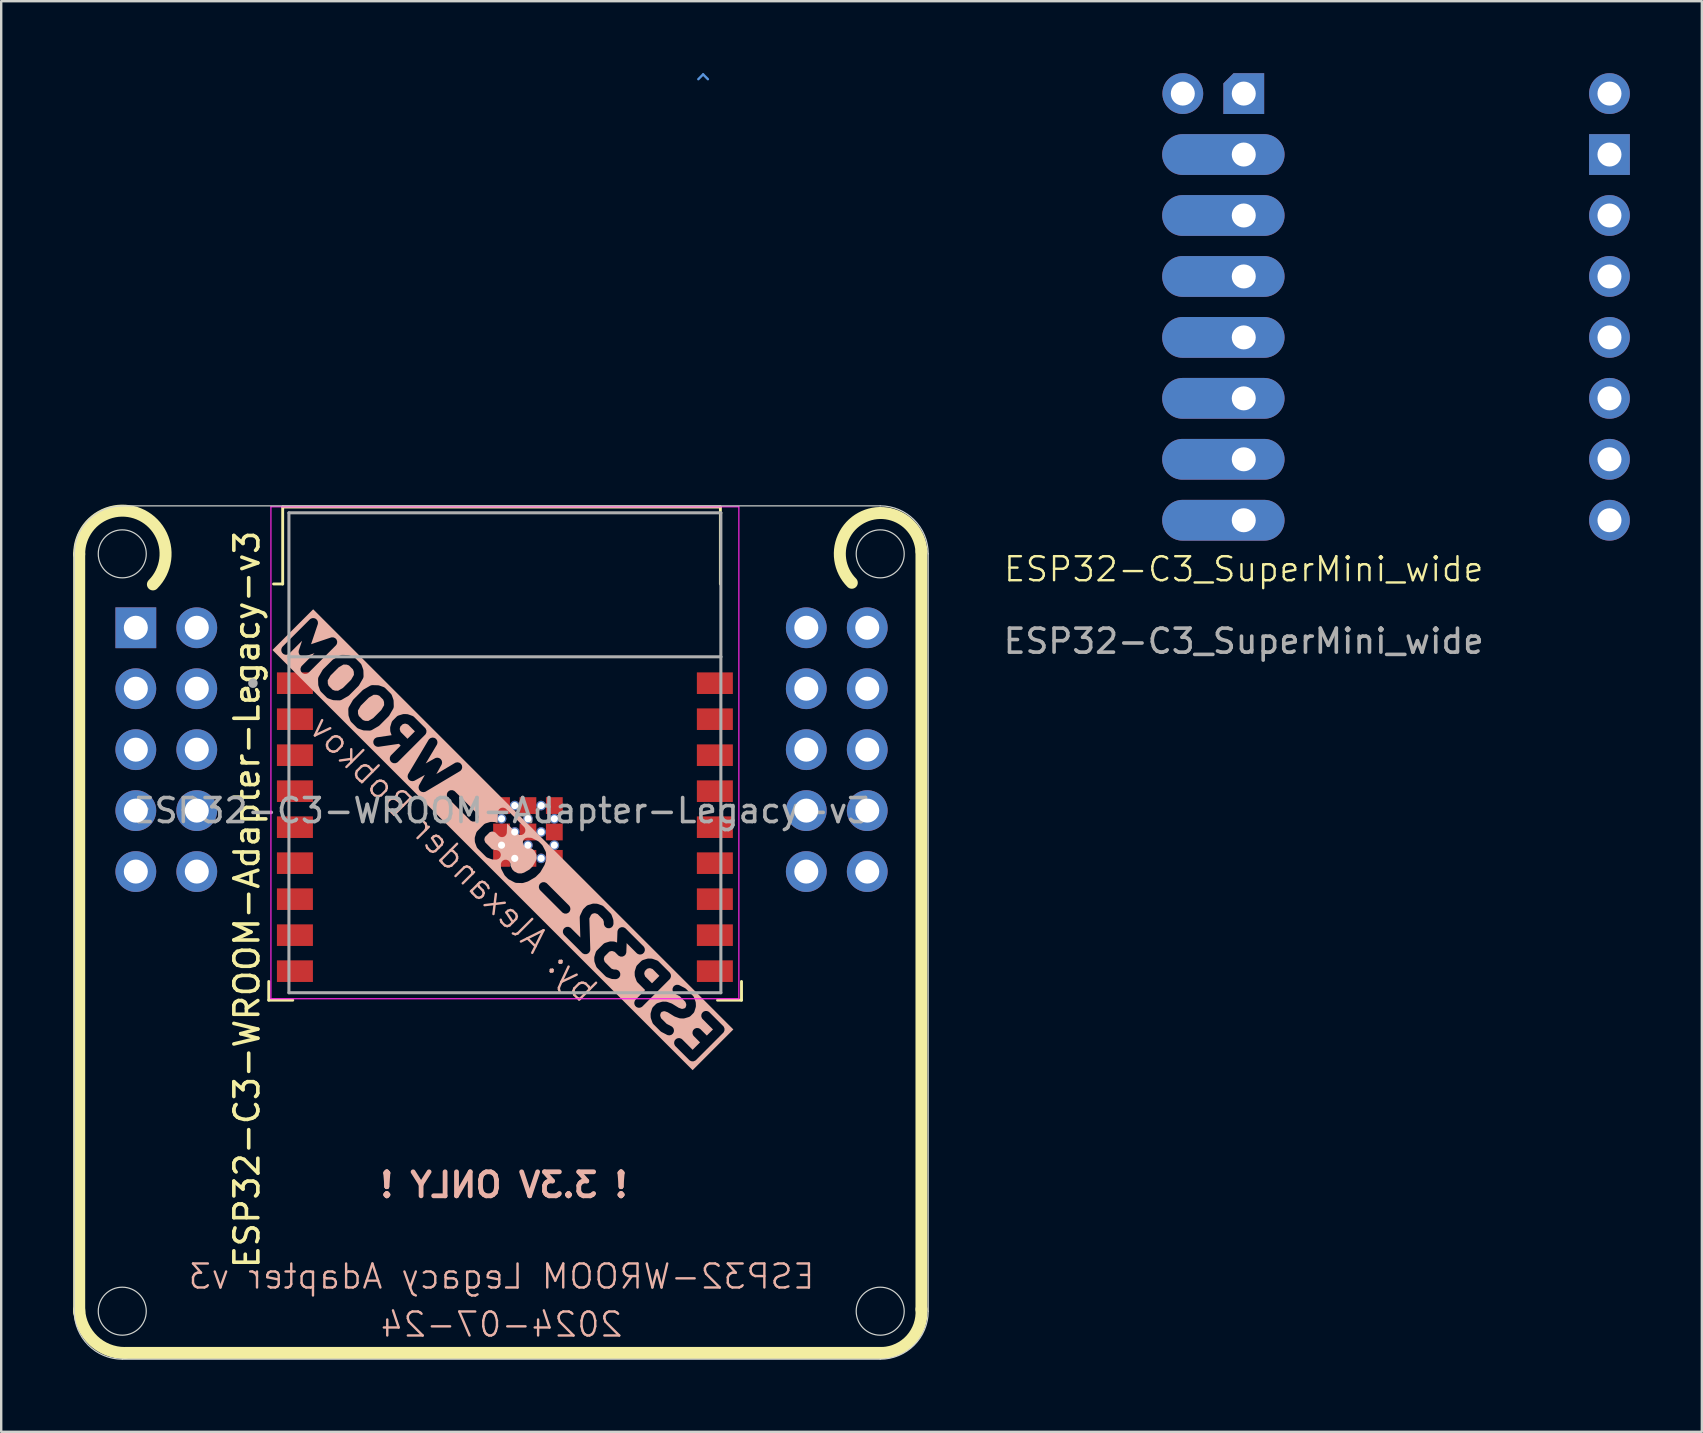
<source format=kicad_pcb>
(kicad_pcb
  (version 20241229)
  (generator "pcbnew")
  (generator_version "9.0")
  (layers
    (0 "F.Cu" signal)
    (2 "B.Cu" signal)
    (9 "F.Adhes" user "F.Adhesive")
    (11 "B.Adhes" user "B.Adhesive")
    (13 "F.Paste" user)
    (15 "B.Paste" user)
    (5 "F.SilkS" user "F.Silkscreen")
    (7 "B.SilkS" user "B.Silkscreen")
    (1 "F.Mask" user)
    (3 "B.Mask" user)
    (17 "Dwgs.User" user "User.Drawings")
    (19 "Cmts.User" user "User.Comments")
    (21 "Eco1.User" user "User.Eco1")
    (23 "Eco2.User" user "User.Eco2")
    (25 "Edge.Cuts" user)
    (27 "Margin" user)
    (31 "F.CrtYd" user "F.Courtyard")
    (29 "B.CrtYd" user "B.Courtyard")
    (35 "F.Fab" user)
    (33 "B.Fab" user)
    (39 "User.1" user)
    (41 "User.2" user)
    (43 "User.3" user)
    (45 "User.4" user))
  (footprint "ESP32-C3-WROOM-Adapter-Legacy-v3"
    (layer "F.Cu")
    (at 17.85 30.73)
    (property "Reference" "ESP32-C3-WROOM-Adapter-Legacy-v3" (at -10.61 3.7 90) (layer "F.SilkS") (effects (font (size 1 1) (thickness 0.15))))
    (attr through_hole)
    (fp_line (start -17.6 -10.685) (end -17.6 20.9) (stroke (width 0.5) (type default)) (layer "F.SilkS"))
    (fp_line (start -9.7 7.12) (end -9.7 7.9) (stroke (width 0.12) (type solid)) (layer "F.SilkS"))
    (fp_line (start -9.7 7.9) (end -8.7 7.9) (stroke (width 0.12) (type solid)) (layer "F.SilkS"))
    (fp_line (start -9.12 -12.652) (end -9.12 -9.445) (stroke (width 0.12) (type solid)) (layer "F.SilkS"))
    (fp_line (start -9.12 -12.652) (end 9.12 -12.652) (stroke (width 0.12) (type solid)) (layer "F.SilkS"))
    (fp_line (start -9.12 -9.445) (end -9.5 -9.445) (stroke (width 0.12) (type solid)) (layer "F.SilkS"))
    (fp_line (start 9.12 -12.652) (end 9.12 -9.445) (stroke (width 0.12) (type solid)) (layer "F.SilkS"))
    (fp_line (start 10 7.12) (end 10 7.9) (stroke (width 0.12) (type solid)) (layer "F.SilkS"))
    (fp_line (start 10 7.9) (end 9 7.9) (stroke (width 0.12) (type solid)) (layer "F.SilkS"))
    (fp_line (start 15.885 22.6) (end -15.7 22.6) (stroke (width 0.5) (type default)) (layer "F.SilkS"))
    (fp_line (start 17.5 -10.8) (end 17.5 20.785) (stroke (width 0.5) (type default)) (layer "F.SilkS"))
    (fp_arc (start -17.6 -10.6854) (mid -15.117897 -12.365818) (end -14.527166 -9.427166) (stroke (width 0.5) (type default)) (layer "F.SilkS"))
    (fp_arc (start -15.700001 22.60263) (mid -17.00953 22.080265) (end -17.6 20.8) (stroke (width 0.5) (type default)) (layer "F.SilkS"))
    (fp_arc (start 14.595841 -9.495841) (mid 15.10238 -12.253486) (end 17.499999 -10.8) (stroke (width 0.5) (type default)) (layer "F.SilkS"))
    (fp_arc (start 17.5 20.7854) (mid 17.071898 22.033759) (end 15.880748 22.601944) (stroke (width 0.5) (type default)) (layer "F.SilkS"))
    (fp_line (start 8.4 -30.68) (end 8.2 -30.48) (stroke (width 0.1) (type solid)) (layer "Cmts.User"))
    (fp_line (start 8.4 -30.68) (end 8.6 -30.48) (stroke (width 0.1) (type solid)) (layer "Cmts.User"))
    (fp_line (start -17.805 20.86) (end -17.805 -10.7) (stroke (width 0.05) (type default)) (layer "Edge.Cuts"))
    (fp_line (start -15.805 -12.7) (end 15.78 -12.7) (stroke (width 0.05) (type default)) (layer "Edge.Cuts"))
    (fp_line (start 15.78 22.86) (end -15.805 22.86) (stroke (width 0.05) (type default)) (layer "Edge.Cuts"))
    (fp_line (start 17.78 -10.7) (end 17.78 20.86) (stroke (width 0.05) (type default)) (layer "Edge.Cuts"))
    (fp_arc (start -17.8054 -10.7) (mid -17.219614 -12.114214) (end -15.8054 -12.7) (stroke (width 0.05) (type default)) (layer "Edge.Cuts"))
    (fp_arc (start -15.8054 22.86) (mid -17.219614 22.274214) (end -17.8054 20.86) (stroke (width 0.05) (type default)) (layer "Edge.Cuts"))
    (fp_arc (start 15.78 -12.7) (mid 17.194214 -12.114214) (end 17.78 -10.7) (stroke (width 0.05) (type default)) (layer "Edge.Cuts"))
    (fp_arc (start 17.78 20.86) (mid 17.194214 22.274214) (end 15.78 22.86) (stroke (width 0.05) (type default)) (layer "Edge.Cuts"))
    (fp_circle (center -15.805 -10.7) (end -14.805 -10.7) (stroke (width 0.05) (type default)) (fill no) (layer "Edge.Cuts"))
    (fp_circle (center -15.805 20.86) (end -14.805 20.86) (stroke (width 0.05) (type default)) (fill no) (layer "Edge.Cuts"))
    (fp_circle (center 15.78 -10.7) (end 16.78 -10.7) (stroke (width 0.05) (type default)) (fill no) (layer "Edge.Cuts"))
    (fp_circle (center 15.78 20.86) (end 16.78 20.86) (stroke (width 0.05) (type default)) (fill no) (layer "Edge.Cuts"))
    (fp_line (start -9.61 -12.66) (end -9.61 7.84) (stroke (width 0.05) (type solid)) (layer "F.CrtYd"))
    (fp_line (start -9.61 7.84) (end 9.89 7.84) (stroke (width 0.05) (type solid)) (layer "F.CrtYd"))
    (fp_line (start 9.89 -12.66) (end -9.61 -12.66) (stroke (width 0.05) (type solid)) (layer "F.CrtYd"))
    (fp_line (start 9.89 7.84) (end 9.89 -12.66) (stroke (width 0.05) (type solid)) (layer "F.CrtYd"))
    (fp_line (start -8.86 -12.41) (end -8.86 -6.41) (stroke (width 0.127) (type solid)) (layer "F.Fab"))
    (fp_line (start -8.86 -6.41) (end -8.86 7.59) (stroke (width 0.127) (type solid)) (layer "F.Fab"))
    (fp_line (start -8.86 7.59) (end 9.14 7.59) (stroke (width 0.127) (type solid)) (layer "F.Fab"))
    (fp_line (start 9.14 -12.41) (end -8.86 -12.41) (stroke (width 0.127) (type solid)) (layer "F.Fab"))
    (fp_line (start 9.14 -6.41) (end -8.86 -6.41) (stroke (width 0.127) (type solid)) (layer "F.Fab"))
    (fp_line (start 9.14 -6.41) (end 9.14 -12.41) (stroke (width 0.127) (type solid)) (layer "F.Fab"))
    (fp_line (start 9.14 7.59) (end 9.14 -6.41) (stroke (width 0.127) (type solid)) (layer "F.Fab"))
    (fp_circle (center -10.36 -5.31) (end -10.26 -5.31) (stroke (width 0.2) (type solid)) (fill no) (layer "F.Fab"))
    (fp_text user "ESP32-WROOM Legacy Adapter v3" (at 0 20 0) (unlocked yes) (layer "B.SilkS") (effects (font (size 1 1) (thickness 0.1)) (justify bottom mirror)))
    (fp_text user "! 3.3V ONLY !" (at 0.1 15.6 0) (unlocked yes) (layer "B.SilkS") (effects (font (size 1 1) (thickness 0.2) (bold yes)) (justify mirror)))
    (fp_text user "ESP32-C3-WROOM" (at 0 1.27 315) (unlocked yes) (layer "B.SilkS" knockout) (effects (font (size 1.6 1.7) (thickness 0.4) (bold yes)) (justify mirror)))
    (fp_text user "by: Alexander Bobkov" (at -2 2 315) (unlocked yes) (layer "B.SilkS") (effects (font (size 1 1) (thickness 0.1)) (justify mirror)))
    (fp_text user "2024-07-24" (at 0 22 0) (unlocked yes) (layer "B.SilkS") (effects (font (size 1 1) (thickness 0.1)) (justify bottom mirror)))
    (fp_text user "${REFERENCE}" (at 0 0 0) (layer "F.Fab") (effects (font (size 1 1) (thickness 0.15))))
    (pad "" thru_hole circle (at -12.7 2.54) (size 1.7 1.7) (drill 1) (layers "*.Cu" "*.Mask"))
    (pad "" thru_hole circle (at 15.24 -7.62) (size 1.7 1.7) (drill 1) (layers "*.Cu" "*.Mask"))
    (pad "1" thru_hole rect (at -15.24 -7.62) (size 1.7 1.7) (drill 1) (layers "*.Cu" "*.Mask"))
    (pad "1" smd rect (at -8.61 -5.31) (size 1.5 0.9) (layers "F.Cu" "F.Mask" "F.Paste"))
    (pad "2" thru_hole circle (at -12.7 -7.62) (size 1.7 1.7) (drill 1) (layers "*.Cu" "*.Mask"))
    (pad "2" smd rect (at -8.61 -3.81) (size 1.5 0.9) (layers "F.Cu" "F.Mask" "F.Paste"))
    (pad "3" thru_hole circle (at -15.24 -5.08) (size 1.7 1.7) (drill 1) (layers "*.Cu" "*.Mask"))
    (pad "3" smd rect (at -8.61 -2.31) (size 1.5 0.9) (layers "F.Cu" "F.Mask" "F.Paste"))
    (pad "4" thru_hole circle (at -12.7 -5.08) (size 1.7 1.7) (drill 1) (layers "*.Cu" "*.Mask"))
    (pad "4" smd rect (at -8.61 -0.81) (size 1.5 0.9) (layers "F.Cu" "F.Mask" "F.Paste"))
    (pad "5" thru_hole circle (at -15.24 -2.54) (size 1.7 1.7) (drill 1) (layers "*.Cu" "*.Mask"))
    (pad "5" smd rect (at -8.61 0.69) (size 1.5 0.9) (layers "F.Cu" "F.Mask" "F.Paste"))
    (pad "6" thru_hole circle (at -12.7 -2.54) (size 1.7 1.7) (drill 1) (layers "*.Cu" "*.Mask"))
    (pad "6" smd rect (at -8.61 2.19) (size 1.5 0.9) (layers "F.Cu" "F.Mask" "F.Paste"))
    (pad "7" thru_hole circle (at -15.24 0) (size 1.7 1.7) (drill 1) (layers "*.Cu" "*.Mask"))
    (pad "7" smd rect (at -8.61 3.69) (size 1.5 0.9) (layers "F.Cu" "F.Mask" "F.Paste"))
    (pad "8" thru_hole circle (at -12.7 0) (size 1.7 1.7) (drill 1) (layers "*.Cu" "*.Mask"))
    (pad "8" smd rect (at -8.61 5.19) (size 1.5 0.9) (layers "F.Cu" "F.Mask" "F.Paste"))
    (pad "9" thru_hole circle (at -15.24 2.54) (size 1.7 1.7) (drill 1) (layers "*.Cu" "*.Mask"))
    (pad "9" smd rect (at -8.61 6.69) (size 1.5 0.9) (layers "F.Cu" "F.Mask" "F.Paste"))
    (pad "10" smd rect (at 8.89 6.69) (size 1.5 0.9) (layers "F.Cu" "F.Mask" "F.Paste"))
    (pad "10" thru_hole circle (at 12.7 2.54) (size 1.7 1.7) (drill 1) (layers "*.Cu" "*.Mask"))
    (pad "11" smd rect (at 8.89 5.19) (size 1.5 0.9) (layers "F.Cu" "F.Mask" "F.Paste"))
    (pad "11" thru_hole circle (at 15.24 2.54) (size 1.7 1.7) (drill 1) (layers "*.Cu" "*.Mask"))
    (pad "12" smd rect (at 8.89 3.69) (size 1.5 0.9) (layers "F.Cu" "F.Mask" "F.Paste"))
    (pad "12" thru_hole circle (at 12.7 0) (size 1.7 1.7) (drill 1) (layers "*.Cu" "*.Mask"))
    (pad "13" smd rect (at 8.89 2.19) (size 1.5 0.9) (layers "F.Cu" "F.Mask" "F.Paste"))
    (pad "13" thru_hole circle (at 15.24 0) (size 1.7 1.7) (drill 1) (layers "*.Cu" "*.Mask"))
    (pad "14" smd rect (at 8.89 0.69) (size 1.5 0.9) (layers "F.Cu" "F.Mask" "F.Paste"))
    (pad "14" thru_hole circle (at 12.7 -2.54) (size 1.7 1.7) (drill 1) (layers "*.Cu" "*.Mask"))
    (pad "15" smd rect (at 8.89 -0.81) (size 1.5 0.9) (layers "F.Cu" "F.Mask" "F.Paste"))
    (pad "15" thru_hole circle (at 15.24 -2.54) (size 1.7 1.7) (drill 1) (layers "*.Cu" "*.Mask"))
    (pad "16" smd rect (at 8.89 -2.31) (size 1.5 0.9) (layers "F.Cu" "F.Mask" "F.Paste"))
    (pad "16" thru_hole circle (at 12.7 -5.08) (size 1.7 1.7) (drill 1) (layers "*.Cu" "*.Mask"))
    (pad "17" smd rect (at 8.89 -3.81) (size 1.5 0.9) (layers "F.Cu" "F.Mask" "F.Paste"))
    (pad "17" thru_hole circle (at 15.24 -5.08) (size 1.7 1.7) (drill 1) (layers "*.Cu" "*.Mask"))
    (pad "18" smd rect (at 8.89 -5.31) (size 1.5 0.9) (layers "F.Cu" "F.Mask" "F.Paste"))
    (pad "18" thru_hole circle (at 12.7 -7.62) (size 1.7 1.7) (drill 1) (layers "*.Cu" "*.Mask"))
    (pad "19" smd rect (at 0 -0.21) (size 0.7 0.7) (layers "F.Cu" "F.Mask" "F.Paste"))
    (pad "20" smd rect (at 1.1 -0.21) (size 0.7 0.7) (layers "F.Cu" "F.Mask" "F.Paste"))
    (pad "21" smd rect (at 2.2 -0.21) (size 0.7 0.7) (layers "F.Cu" "F.Mask" "F.Paste"))
    (pad "22" smd rect (at 0 0.89) (size 0.7 0.7) (layers "F.Cu" "F.Mask" "F.Paste"))
    (pad "23" smd rect (at 1.1 0.89) (size 0.7 0.7) (layers "F.Cu" "F.Mask" "F.Paste"))
    (pad "24" smd rect (at 2.2 0.89) (size 0.7 0.7) (layers "F.Cu" "F.Mask" "F.Paste"))
    (pad "25" smd rect (at 0 1.99) (size 0.7 0.7) (layers "F.Cu" "F.Mask" "F.Paste"))
    (pad "26" smd rect (at 1.1 1.99) (size 0.7 0.7) (layers "F.Cu" "F.Mask" "F.Paste"))
    (pad "27" smd rect (at 2.2 1.99) (size 0.7 0.7) (layers "F.Cu" "F.Mask" "F.Paste"))
    (pad "28" thru_hole circle (at 0.55 -0.21) (size 0.4 0.4) (drill 0.3) (layers "*.Cu"))
    (pad "29" thru_hole circle (at 1.65 -0.21) (size 0.4 0.4) (drill 0.3) (layers "*.Cu"))
    (pad "30" thru_hole circle (at 0 0.34) (size 0.4 0.4) (drill 0.3) (layers "*.Cu"))
    (pad "31" thru_hole circle (at 1.1 0.34) (size 0.4 0.4) (drill 0.3) (layers "*.Cu"))
    (pad "32" thru_hole circle (at 2.2 0.34) (size 0.4 0.4) (drill 0.3) (layers "*.Cu"))
    (pad "33" thru_hole circle (at 0.55 0.89) (size 0.4 0.4) (drill 0.3) (layers "*.Cu"))
    (pad "34" thru_hole circle (at 1.65 0.89) (size 0.4 0.4) (drill 0.3) (layers "*.Cu"))
    (pad "35" thru_hole circle (at 0 1.44) (size 0.4 0.4) (drill 0.3) (layers "*.Cu"))
    (pad "36" thru_hole circle (at 1.1 1.44) (size 0.4 0.4) (drill 0.3) (layers "*.Cu"))
    (pad "37" thru_hole circle (at 2.2 1.44) (size 0.4 0.4) (drill 0.3) (layers "*.Cu"))
    (pad "38" thru_hole circle (at 0.55 1.99) (size 0.4 0.4) (drill 0.3) (layers "*.Cu"))
    (pad "39" thru_hole circle (at 1.65 1.99) (size 0.4 0.4) (drill 0.3) (layers "*.Cu"))
    (zone (net_name "") (layer "F.Cu") (hatch full 0.508) (connect_pads) (min_thickness 0.01) (filled_areas_thickness no) (keepout (tracks not_allowed) (vias not_allowed) (pads not_allowed) (copperpour not_allowed) (footprints allowed)) (placement (enabled no)) (fill) (polygon (pts (xy 8.99 18.32) (xy 26.99 18.32) (xy 26.99 24.32) (xy 8.99 24.32))))
    (zone (net_name "") (layers "F.Cu" "B.Cu") (hatch full 0.508) (connect_pads) (min_thickness 0.01) (filled_areas_thickness no) (keepout (tracks allowed) (vias not_allowed) (pads allowed) (copperpour allowed) (footprints allowed)) (placement (enabled no)) (fill) (polygon (pts (xy 8.99 18.32) (xy 26.99 18.32) (xy 26.99 24.32) (xy 8.99 24.32))))
    (zone (net_name "") (layer "B.Cu") (hatch full 0.508) (connect_pads) (min_thickness 0.01) (filled_areas_thickness no) (keepout (tracks not_allowed) (vias not_allowed) (pads not_allowed) (copperpour not_allowed) (footprints allowed)) (placement (enabled no)) (fill) (polygon (pts (xy 8.99 18.32) (xy 26.99 18.32) (xy 26.99 24.32) (xy 8.99 24.32)))))
  (footprint "ESP32-C3_SuperMini_wide"
    (layer "F.Cu")
    (at 48.78 21.17)
    (property "Reference" "ESP32-C3_SuperMini_wide" (at 0 -0.5 0) (unlocked yes) (layer "F.SilkS") (effects (font (size 1 1) (thickness 0.1))))
    (attr through_hole)
    (fp_text user "${REFERENCE}" (at 0 2.5 0) (unlocked yes) (layer "F.Fab") (effects (font (size 1 1) (thickness 0.15))))
    (pad "1" thru_hole roundrect (at 0 -20.32) (size 1.7 1.7) (drill 1) (layers "*.Cu" "*.Mask") (roundrect_rratio 0) (chamfer_ratio 0.25) (chamfer top_left))
    (pad "2" thru_hole oval (at 0 -17.78) (size 5.1 1.7) (drill 1 (offset -0.85 0)) (layers "*.Cu" "*.Mask"))
    (pad "3" thru_hole oval (at 0 -15.24) (size 5.1 1.7) (drill 1 (offset -0.85 0)) (layers "*.Cu" "*.Mask"))
    (pad "4" thru_hole oval (at -2.54 -20.32) (size 1.7 1.7) (drill 1) (layers "*.Cu" "*.Mask"))
    (pad "4" thru_hole oval (at 0 -12.7) (size 5.1 1.7) (drill 1 (offset -0.85 0)) (layers "*.Cu" "*.Mask"))
    (pad "5" thru_hole oval (at 0 -10.16) (size 5.1 1.7) (drill 1 (offset -0.85 0)) (layers "*.Cu" "*.Mask"))
    (pad "6" thru_hole oval (at 0 -7.62) (size 5.1 1.7) (drill 1 (offset -0.85 0)) (layers "*.Cu" "*.Mask"))
    (pad "7" thru_hole oval (at 0 -5.08) (size 5.1 1.7) (drill 1 (offset -0.85 0)) (layers "*.Cu" "*.Mask"))
    (pad "8" thru_hole oval (at 0 -2.54) (size 5.1 1.7) (drill 1 (offset -0.85 0)) (layers "*.Cu" "*.Mask"))
    (pad "9" thru_hole oval (at 15.24 -2.54) (size 1.7 1.7) (drill 1) (layers "*.Cu" "*.Mask"))
    (pad "10" thru_hole oval (at 15.24 -5.08) (size 1.7 1.7) (drill 1) (layers "*.Cu" "*.Mask"))
    (pad "11" thru_hole oval (at 15.24 -7.62) (size 1.7 1.7) (drill 1) (layers "*.Cu" "*.Mask"))
    (pad "12" thru_hole oval (at 15.24 -10.16) (size 1.7 1.7) (drill 1) (layers "*.Cu" "*.Mask"))
    (pad "13" thru_hole oval (at 15.24 -12.7) (size 1.7 1.7) (drill 1) (layers "*.Cu" "*.Mask"))
    (pad "14" thru_hole oval (at 15.24 -15.24) (size 1.7 1.7) (drill 1) (layers "*.Cu" "*.Mask"))
    (pad "15" thru_hole rect (at 15.24 -17.78) (size 1.7 1.7) (drill 1) (layers "*.Cu" "*.Mask"))
    (pad "16" thru_hole oval (at 15.24 -20.32) (size 1.7 1.7) (drill 1) (layers "*.Cu" "*.Mask")))
  (gr_rect
    (start -3 -3)
    (end 67.87 56.615)
    (stroke (width 0.1) (type default))
    (fill no)
    (layer "Edge.Cuts")))
</source>
